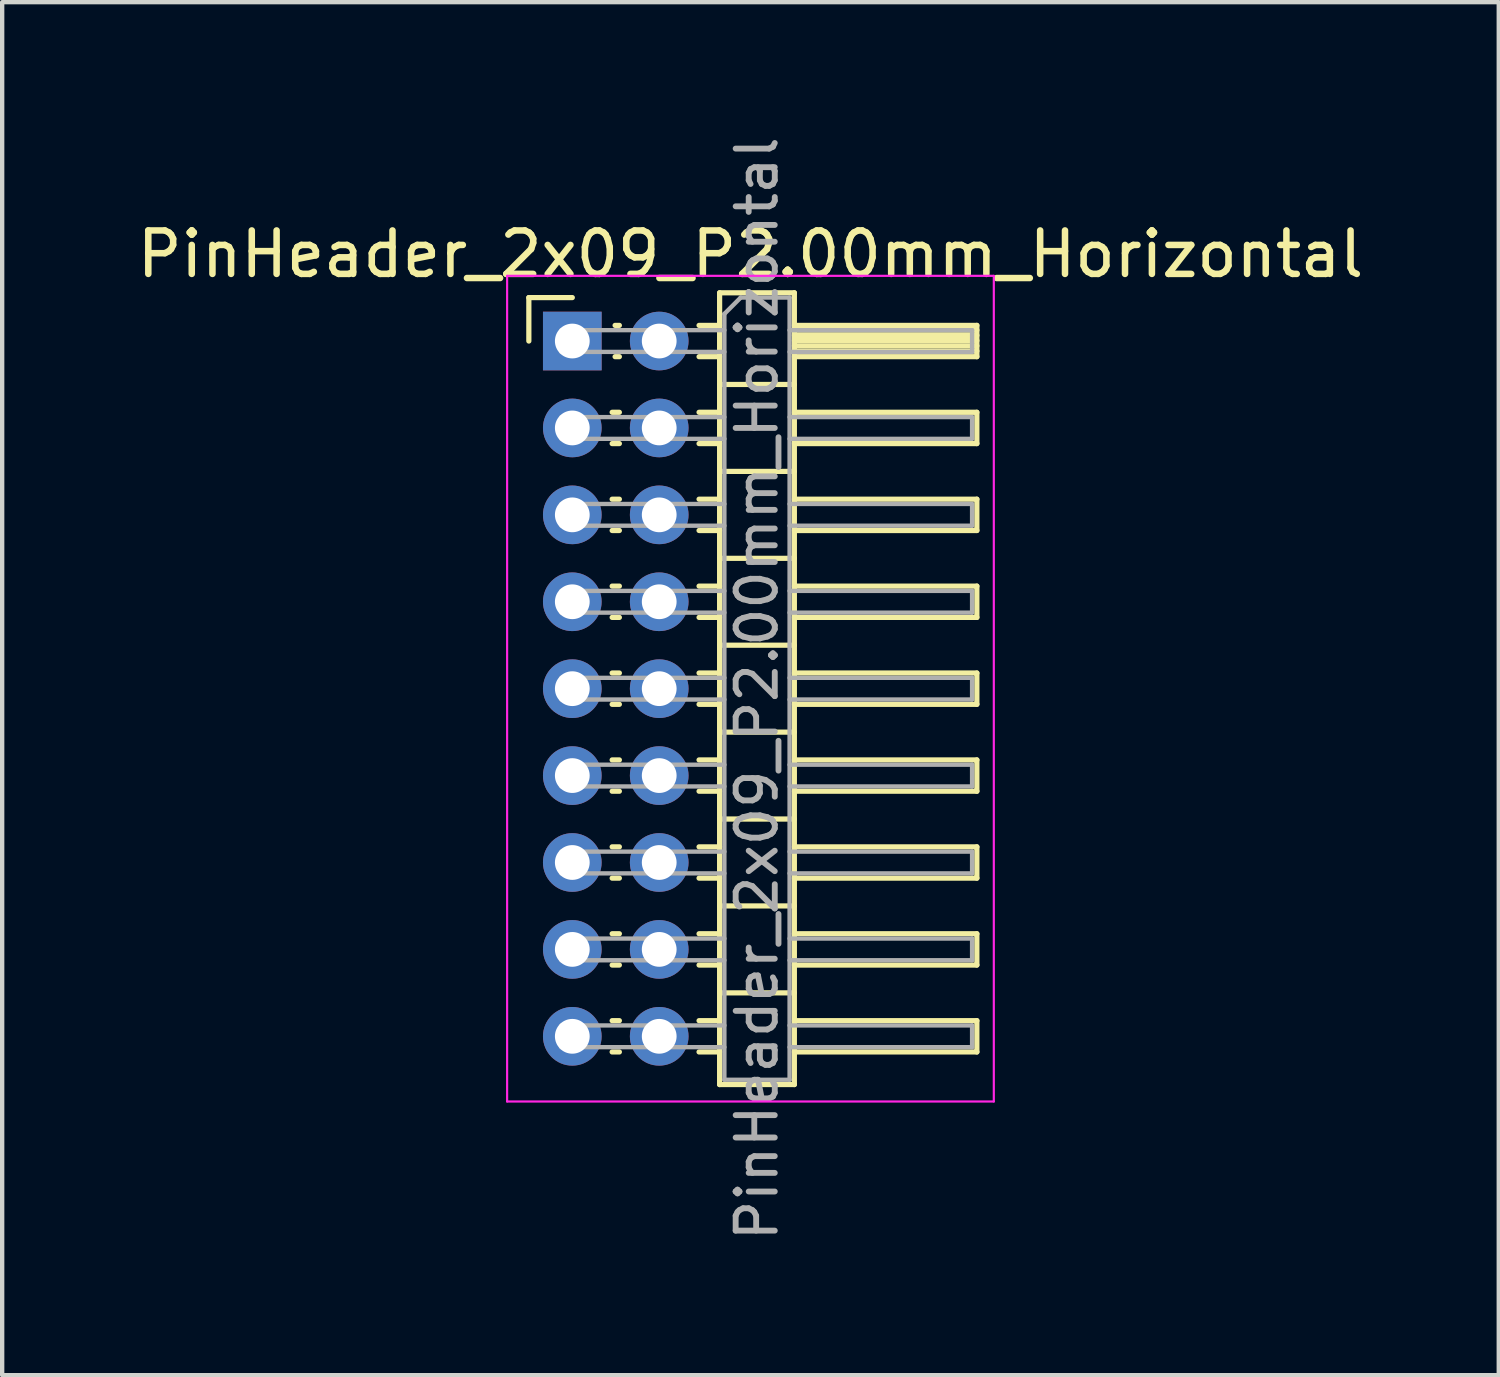
<source format=kicad_pcb>
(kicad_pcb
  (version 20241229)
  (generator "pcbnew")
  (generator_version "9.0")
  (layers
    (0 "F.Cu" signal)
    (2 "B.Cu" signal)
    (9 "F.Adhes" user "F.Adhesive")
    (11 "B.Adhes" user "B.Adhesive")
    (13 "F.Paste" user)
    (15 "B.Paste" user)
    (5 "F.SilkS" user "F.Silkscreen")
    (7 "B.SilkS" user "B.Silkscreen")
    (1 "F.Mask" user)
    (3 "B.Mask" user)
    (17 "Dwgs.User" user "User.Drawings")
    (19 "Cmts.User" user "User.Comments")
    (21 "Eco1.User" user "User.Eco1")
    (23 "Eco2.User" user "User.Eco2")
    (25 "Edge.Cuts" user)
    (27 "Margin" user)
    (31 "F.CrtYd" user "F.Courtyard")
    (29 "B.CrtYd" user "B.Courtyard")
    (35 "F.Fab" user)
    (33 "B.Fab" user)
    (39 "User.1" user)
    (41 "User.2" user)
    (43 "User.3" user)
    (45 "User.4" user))
  (footprint "PinHeader_2x09_P2.00mm_Horizontal"
    (layer "F.Cu")
    (at 10.12 4.798)
    (property "Reference" "PinHeader_2x09_P2.00mm_Horizontal" (at 4.1 -2 0) (layer "F.SilkS") (effects (font (size 1 1) (thickness 0.15))))
    (attr through_hole)
    (fp_line (start -1 -1) (end 0 -1) (stroke (width 0.12) (type solid)) (layer "F.SilkS"))
    (fp_line (start -1 0) (end -1 -1) (stroke (width 0.12) (type solid)) (layer "F.SilkS"))
    (fp_line (start 0.917 1.64) (end 1.083 1.64) (stroke (width 0.12) (type solid)) (layer "F.SilkS"))
    (fp_line (start 0.917 2.36) (end 1.083 2.36) (stroke (width 0.12) (type solid)) (layer "F.SilkS"))
    (fp_line (start 0.917 3.64) (end 1.083 3.64) (stroke (width 0.12) (type solid)) (layer "F.SilkS"))
    (fp_line (start 0.917 4.36) (end 1.083 4.36) (stroke (width 0.12) (type solid)) (layer "F.SilkS"))
    (fp_line (start 0.917 5.64) (end 1.083 5.64) (stroke (width 0.12) (type solid)) (layer "F.SilkS"))
    (fp_line (start 0.917 6.36) (end 1.083 6.36) (stroke (width 0.12) (type solid)) (layer "F.SilkS"))
    (fp_line (start 0.917 7.64) (end 1.083 7.64) (stroke (width 0.12) (type solid)) (layer "F.SilkS"))
    (fp_line (start 0.917 8.36) (end 1.083 8.36) (stroke (width 0.12) (type solid)) (layer "F.SilkS"))
    (fp_line (start 0.917 9.64) (end 1.083 9.64) (stroke (width 0.12) (type solid)) (layer "F.SilkS"))
    (fp_line (start 0.917 10.36) (end 1.083 10.36) (stroke (width 0.12) (type solid)) (layer "F.SilkS"))
    (fp_line (start 0.917 11.64) (end 1.083 11.64) (stroke (width 0.12) (type solid)) (layer "F.SilkS"))
    (fp_line (start 0.917 12.36) (end 1.083 12.36) (stroke (width 0.12) (type solid)) (layer "F.SilkS"))
    (fp_line (start 0.917 13.64) (end 1.083 13.64) (stroke (width 0.12) (type solid)) (layer "F.SilkS"))
    (fp_line (start 0.917 14.36) (end 1.083 14.36) (stroke (width 0.12) (type solid)) (layer "F.SilkS"))
    (fp_line (start 0.917 15.64) (end 1.083 15.64) (stroke (width 0.12) (type solid)) (layer "F.SilkS"))
    (fp_line (start 0.917 16.36) (end 1.083 16.36) (stroke (width 0.12) (type solid)) (layer "F.SilkS"))
    (fp_line (start 0.985 -0.36) (end 1.083 -0.36) (stroke (width 0.12) (type solid)) (layer "F.SilkS"))
    (fp_line (start 0.985 0.36) (end 1.083 0.36) (stroke (width 0.12) (type solid)) (layer "F.SilkS"))
    (fp_line (start 2.917 -0.36) (end 3.39 -0.36) (stroke (width 0.12) (type solid)) (layer "F.SilkS"))
    (fp_line (start 2.917 0.36) (end 3.39 0.36) (stroke (width 0.12) (type solid)) (layer "F.SilkS"))
    (fp_line (start 2.917 1.64) (end 3.39 1.64) (stroke (width 0.12) (type solid)) (layer "F.SilkS"))
    (fp_line (start 2.917 2.36) (end 3.39 2.36) (stroke (width 0.12) (type solid)) (layer "F.SilkS"))
    (fp_line (start 2.917 3.64) (end 3.39 3.64) (stroke (width 0.12) (type solid)) (layer "F.SilkS"))
    (fp_line (start 2.917 4.36) (end 3.39 4.36) (stroke (width 0.12) (type solid)) (layer "F.SilkS"))
    (fp_line (start 2.917 5.64) (end 3.39 5.64) (stroke (width 0.12) (type solid)) (layer "F.SilkS"))
    (fp_line (start 2.917 6.36) (end 3.39 6.36) (stroke (width 0.12) (type solid)) (layer "F.SilkS"))
    (fp_line (start 2.917 7.64) (end 3.39 7.64) (stroke (width 0.12) (type solid)) (layer "F.SilkS"))
    (fp_line (start 2.917 8.36) (end 3.39 8.36) (stroke (width 0.12) (type solid)) (layer "F.SilkS"))
    (fp_line (start 2.917 9.64) (end 3.39 9.64) (stroke (width 0.12) (type solid)) (layer "F.SilkS"))
    (fp_line (start 2.917 10.36) (end 3.39 10.36) (stroke (width 0.12) (type solid)) (layer "F.SilkS"))
    (fp_line (start 2.917 11.64) (end 3.39 11.64) (stroke (width 0.12) (type solid)) (layer "F.SilkS"))
    (fp_line (start 2.917 12.36) (end 3.39 12.36) (stroke (width 0.12) (type solid)) (layer "F.SilkS"))
    (fp_line (start 2.917 13.64) (end 3.39 13.64) (stroke (width 0.12) (type solid)) (layer "F.SilkS"))
    (fp_line (start 2.917 14.36) (end 3.39 14.36) (stroke (width 0.12) (type solid)) (layer "F.SilkS"))
    (fp_line (start 2.917 15.64) (end 3.39 15.64) (stroke (width 0.12) (type solid)) (layer "F.SilkS"))
    (fp_line (start 2.917 16.36) (end 3.39 16.36) (stroke (width 0.12) (type solid)) (layer "F.SilkS"))
    (fp_line (start 3.39 -1.11) (end 3.39 17.11) (stroke (width 0.12) (type solid)) (layer "F.SilkS"))
    (fp_line (start 3.39 1) (end 5.11 1) (stroke (width 0.12) (type solid)) (layer "F.SilkS"))
    (fp_line (start 3.39 3) (end 5.11 3) (stroke (width 0.12) (type solid)) (layer "F.SilkS"))
    (fp_line (start 3.39 5) (end 5.11 5) (stroke (width 0.12) (type solid)) (layer "F.SilkS"))
    (fp_line (start 3.39 7) (end 5.11 7) (stroke (width 0.12) (type solid)) (layer "F.SilkS"))
    (fp_line (start 3.39 9) (end 5.11 9) (stroke (width 0.12) (type solid)) (layer "F.SilkS"))
    (fp_line (start 3.39 11) (end 5.11 11) (stroke (width 0.12) (type solid)) (layer "F.SilkS"))
    (fp_line (start 3.39 13) (end 5.11 13) (stroke (width 0.12) (type solid)) (layer "F.SilkS"))
    (fp_line (start 3.39 15) (end 5.11 15) (stroke (width 0.12) (type solid)) (layer "F.SilkS"))
    (fp_line (start 3.39 17.11) (end 5.11 17.11) (stroke (width 0.12) (type solid)) (layer "F.SilkS"))
    (fp_line (start 5.11 -1.11) (end 3.39 -1.11) (stroke (width 0.12) (type solid)) (layer "F.SilkS"))
    (fp_line (start 5.11 -0.36) (end 9.31 -0.36) (stroke (width 0.12) (type solid)) (layer "F.SilkS"))
    (fp_line (start 5.11 -0.25) (end 9.31 -0.25) (stroke (width 0.12) (type solid)) (layer "F.SilkS"))
    (fp_line (start 5.11 -0.13) (end 9.31 -0.13) (stroke (width 0.12) (type solid)) (layer "F.SilkS"))
    (fp_line (start 5.11 -0.01) (end 9.31 -0.01) (stroke (width 0.12) (type solid)) (layer "F.SilkS"))
    (fp_line (start 5.11 0.11) (end 9.31 0.11) (stroke (width 0.12) (type solid)) (layer "F.SilkS"))
    (fp_line (start 5.11 0.23) (end 9.31 0.23) (stroke (width 0.12) (type solid)) (layer "F.SilkS"))
    (fp_line (start 5.11 1.64) (end 9.31 1.64) (stroke (width 0.12) (type solid)) (layer "F.SilkS"))
    (fp_line (start 5.11 3.64) (end 9.31 3.64) (stroke (width 0.12) (type solid)) (layer "F.SilkS"))
    (fp_line (start 5.11 5.64) (end 9.31 5.64) (stroke (width 0.12) (type solid)) (layer "F.SilkS"))
    (fp_line (start 5.11 7.64) (end 9.31 7.64) (stroke (width 0.12) (type solid)) (layer "F.SilkS"))
    (fp_line (start 5.11 9.64) (end 9.31 9.64) (stroke (width 0.12) (type solid)) (layer "F.SilkS"))
    (fp_line (start 5.11 11.64) (end 9.31 11.64) (stroke (width 0.12) (type solid)) (layer "F.SilkS"))
    (fp_line (start 5.11 13.64) (end 9.31 13.64) (stroke (width 0.12) (type solid)) (layer "F.SilkS"))
    (fp_line (start 5.11 15.64) (end 9.31 15.64) (stroke (width 0.12) (type solid)) (layer "F.SilkS"))
    (fp_line (start 5.11 17.11) (end 5.11 -1.11) (stroke (width 0.12) (type solid)) (layer "F.SilkS"))
    (fp_line (start 9.31 -0.36) (end 9.31 0.36) (stroke (width 0.12) (type solid)) (layer "F.SilkS"))
    (fp_line (start 9.31 0.36) (end 5.11 0.36) (stroke (width 0.12) (type solid)) (layer "F.SilkS"))
    (fp_line (start 9.31 1.64) (end 9.31 2.36) (stroke (width 0.12) (type solid)) (layer "F.SilkS"))
    (fp_line (start 9.31 2.36) (end 5.11 2.36) (stroke (width 0.12) (type solid)) (layer "F.SilkS"))
    (fp_line (start 9.31 3.64) (end 9.31 4.36) (stroke (width 0.12) (type solid)) (layer "F.SilkS"))
    (fp_line (start 9.31 4.36) (end 5.11 4.36) (stroke (width 0.12) (type solid)) (layer "F.SilkS"))
    (fp_line (start 9.31 5.64) (end 9.31 6.36) (stroke (width 0.12) (type solid)) (layer "F.SilkS"))
    (fp_line (start 9.31 6.36) (end 5.11 6.36) (stroke (width 0.12) (type solid)) (layer "F.SilkS"))
    (fp_line (start 9.31 7.64) (end 9.31 8.36) (stroke (width 0.12) (type solid)) (layer "F.SilkS"))
    (fp_line (start 9.31 8.36) (end 5.11 8.36) (stroke (width 0.12) (type solid)) (layer "F.SilkS"))
    (fp_line (start 9.31 9.64) (end 9.31 10.36) (stroke (width 0.12) (type solid)) (layer "F.SilkS"))
    (fp_line (start 9.31 10.36) (end 5.11 10.36) (stroke (width 0.12) (type solid)) (layer "F.SilkS"))
    (fp_line (start 9.31 11.64) (end 9.31 12.36) (stroke (width 0.12) (type solid)) (layer "F.SilkS"))
    (fp_line (start 9.31 12.36) (end 5.11 12.36) (stroke (width 0.12) (type solid)) (layer "F.SilkS"))
    (fp_line (start 9.31 13.64) (end 9.31 14.36) (stroke (width 0.12) (type solid)) (layer "F.SilkS"))
    (fp_line (start 9.31 14.36) (end 5.11 14.36) (stroke (width 0.12) (type solid)) (layer "F.SilkS"))
    (fp_line (start 9.31 15.64) (end 9.31 16.36) (stroke (width 0.12) (type solid)) (layer "F.SilkS"))
    (fp_line (start 9.31 16.36) (end 5.11 16.36) (stroke (width 0.12) (type solid)) (layer "F.SilkS"))
    (fp_line (start -1.5 -1.5) (end -1.5 17.5) (stroke (width 0.05) (type solid)) (layer "F.CrtYd"))
    (fp_line (start -1.5 17.5) (end 9.7 17.5) (stroke (width 0.05) (type solid)) (layer "F.CrtYd"))
    (fp_line (start 9.7 -1.5) (end -1.5 -1.5) (stroke (width 0.05) (type solid)) (layer "F.CrtYd"))
    (fp_line (start 9.7 17.5) (end 9.7 -1.5) (stroke (width 0.05) (type solid)) (layer "F.CrtYd"))
    (fp_line (start -0.25 -0.25) (end -0.25 0.25) (stroke (width 0.1) (type solid)) (layer "F.Fab"))
    (fp_line (start -0.25 -0.25) (end 3.5 -0.25) (stroke (width 0.1) (type solid)) (layer "F.Fab"))
    (fp_line (start -0.25 0.25) (end 3.5 0.25) (stroke (width 0.1) (type solid)) (layer "F.Fab"))
    (fp_line (start -0.25 1.75) (end -0.25 2.25) (stroke (width 0.1) (type solid)) (layer "F.Fab"))
    (fp_line (start -0.25 1.75) (end 3.5 1.75) (stroke (width 0.1) (type solid)) (layer "F.Fab"))
    (fp_line (start -0.25 2.25) (end 3.5 2.25) (stroke (width 0.1) (type solid)) (layer "F.Fab"))
    (fp_line (start -0.25 3.75) (end -0.25 4.25) (stroke (width 0.1) (type solid)) (layer "F.Fab"))
    (fp_line (start -0.25 3.75) (end 3.5 3.75) (stroke (width 0.1) (type solid)) (layer "F.Fab"))
    (fp_line (start -0.25 4.25) (end 3.5 4.25) (stroke (width 0.1) (type solid)) (layer "F.Fab"))
    (fp_line (start -0.25 5.75) (end -0.25 6.25) (stroke (width 0.1) (type solid)) (layer "F.Fab"))
    (fp_line (start -0.25 5.75) (end 3.5 5.75) (stroke (width 0.1) (type solid)) (layer "F.Fab"))
    (fp_line (start -0.25 6.25) (end 3.5 6.25) (stroke (width 0.1) (type solid)) (layer "F.Fab"))
    (fp_line (start -0.25 7.75) (end -0.25 8.25) (stroke (width 0.1) (type solid)) (layer "F.Fab"))
    (fp_line (start -0.25 7.75) (end 3.5 7.75) (stroke (width 0.1) (type solid)) (layer "F.Fab"))
    (fp_line (start -0.25 8.25) (end 3.5 8.25) (stroke (width 0.1) (type solid)) (layer "F.Fab"))
    (fp_line (start -0.25 9.75) (end -0.25 10.25) (stroke (width 0.1) (type solid)) (layer "F.Fab"))
    (fp_line (start -0.25 9.75) (end 3.5 9.75) (stroke (width 0.1) (type solid)) (layer "F.Fab"))
    (fp_line (start -0.25 10.25) (end 3.5 10.25) (stroke (width 0.1) (type solid)) (layer "F.Fab"))
    (fp_line (start -0.25 11.75) (end -0.25 12.25) (stroke (width 0.1) (type solid)) (layer "F.Fab"))
    (fp_line (start -0.25 11.75) (end 3.5 11.75) (stroke (width 0.1) (type solid)) (layer "F.Fab"))
    (fp_line (start -0.25 12.25) (end 3.5 12.25) (stroke (width 0.1) (type solid)) (layer "F.Fab"))
    (fp_line (start -0.25 13.75) (end -0.25 14.25) (stroke (width 0.1) (type solid)) (layer "F.Fab"))
    (fp_line (start -0.25 13.75) (end 3.5 13.75) (stroke (width 0.1) (type solid)) (layer "F.Fab"))
    (fp_line (start -0.25 14.25) (end 3.5 14.25) (stroke (width 0.1) (type solid)) (layer "F.Fab"))
    (fp_line (start -0.25 15.75) (end -0.25 16.25) (stroke (width 0.1) (type solid)) (layer "F.Fab"))
    (fp_line (start -0.25 15.75) (end 3.5 15.75) (stroke (width 0.1) (type solid)) (layer "F.Fab"))
    (fp_line (start -0.25 16.25) (end 3.5 16.25) (stroke (width 0.1) (type solid)) (layer "F.Fab"))
    (fp_line (start 3.5 -0.625) (end 3.875 -1) (stroke (width 0.1) (type solid)) (layer "F.Fab"))
    (fp_line (start 3.5 17) (end 3.5 -0.625) (stroke (width 0.1) (type solid)) (layer "F.Fab"))
    (fp_line (start 3.875 -1) (end 5 -1) (stroke (width 0.1) (type solid)) (layer "F.Fab"))
    (fp_line (start 5 -1) (end 5 17) (stroke (width 0.1) (type solid)) (layer "F.Fab"))
    (fp_line (start 5 -0.25) (end 9.2 -0.25) (stroke (width 0.1) (type solid)) (layer "F.Fab"))
    (fp_line (start 5 0.25) (end 9.2 0.25) (stroke (width 0.1) (type solid)) (layer "F.Fab"))
    (fp_line (start 5 1.75) (end 9.2 1.75) (stroke (width 0.1) (type solid)) (layer "F.Fab"))
    (fp_line (start 5 2.25) (end 9.2 2.25) (stroke (width 0.1) (type solid)) (layer "F.Fab"))
    (fp_line (start 5 3.75) (end 9.2 3.75) (stroke (width 0.1) (type solid)) (layer "F.Fab"))
    (fp_line (start 5 4.25) (end 9.2 4.25) (stroke (width 0.1) (type solid)) (layer "F.Fab"))
    (fp_line (start 5 5.75) (end 9.2 5.75) (stroke (width 0.1) (type solid)) (layer "F.Fab"))
    (fp_line (start 5 6.25) (end 9.2 6.25) (stroke (width 0.1) (type solid)) (layer "F.Fab"))
    (fp_line (start 5 7.75) (end 9.2 7.75) (stroke (width 0.1) (type solid)) (layer "F.Fab"))
    (fp_line (start 5 8.25) (end 9.2 8.25) (stroke (width 0.1) (type solid)) (layer "F.Fab"))
    (fp_line (start 5 9.75) (end 9.2 9.75) (stroke (width 0.1) (type solid)) (layer "F.Fab"))
    (fp_line (start 5 10.25) (end 9.2 10.25) (stroke (width 0.1) (type solid)) (layer "F.Fab"))
    (fp_line (start 5 11.75) (end 9.2 11.75) (stroke (width 0.1) (type solid)) (layer "F.Fab"))
    (fp_line (start 5 12.25) (end 9.2 12.25) (stroke (width 0.1) (type solid)) (layer "F.Fab"))
    (fp_line (start 5 13.75) (end 9.2 13.75) (stroke (width 0.1) (type solid)) (layer "F.Fab"))
    (fp_line (start 5 14.25) (end 9.2 14.25) (stroke (width 0.1) (type solid)) (layer "F.Fab"))
    (fp_line (start 5 15.75) (end 9.2 15.75) (stroke (width 0.1) (type solid)) (layer "F.Fab"))
    (fp_line (start 5 16.25) (end 9.2 16.25) (stroke (width 0.1) (type solid)) (layer "F.Fab"))
    (fp_line (start 5 17) (end 3.5 17) (stroke (width 0.1) (type solid)) (layer "F.Fab"))
    (fp_line (start 9.2 -0.25) (end 9.2 0.25) (stroke (width 0.1) (type solid)) (layer "F.Fab"))
    (fp_line (start 9.2 1.75) (end 9.2 2.25) (stroke (width 0.1) (type solid)) (layer "F.Fab"))
    (fp_line (start 9.2 3.75) (end 9.2 4.25) (stroke (width 0.1) (type solid)) (layer "F.Fab"))
    (fp_line (start 9.2 5.75) (end 9.2 6.25) (stroke (width 0.1) (type solid)) (layer "F.Fab"))
    (fp_line (start 9.2 7.75) (end 9.2 8.25) (stroke (width 0.1) (type solid)) (layer "F.Fab"))
    (fp_line (start 9.2 9.75) (end 9.2 10.25) (stroke (width 0.1) (type solid)) (layer "F.Fab"))
    (fp_line (start 9.2 11.75) (end 9.2 12.25) (stroke (width 0.1) (type solid)) (layer "F.Fab"))
    (fp_line (start 9.2 13.75) (end 9.2 14.25) (stroke (width 0.1) (type solid)) (layer "F.Fab"))
    (fp_line (start 9.2 15.75) (end 9.2 16.25) (stroke (width 0.1) (type solid)) (layer "F.Fab"))
    (fp_text user "${REFERENCE}" (at 4.25 8 90) (layer "F.Fab") (effects (font (size 0.9 0.9) (thickness 0.135))))
    (pad "1" thru_hole rect (at 0 0) (size 1.35 1.35) (drill 0.8) (layers "*.Cu" "*.Mask"))
    (pad "2" thru_hole circle (at 2 0) (size 1.35 1.35) (drill 0.8) (layers "*.Cu" "*.Mask"))
    (pad "3" thru_hole circle (at 0 2) (size 1.35 1.35) (drill 0.8) (layers "*.Cu" "*.Mask"))
    (pad "4" thru_hole circle (at 2 2) (size 1.35 1.35) (drill 0.8) (layers "*.Cu" "*.Mask"))
    (pad "5" thru_hole circle (at 0 4) (size 1.35 1.35) (drill 0.8) (layers "*.Cu" "*.Mask"))
    (pad "6" thru_hole circle (at 2 4) (size 1.35 1.35) (drill 0.8) (layers "*.Cu" "*.Mask"))
    (pad "7" thru_hole circle (at 0 6) (size 1.35 1.35) (drill 0.8) (layers "*.Cu" "*.Mask"))
    (pad "8" thru_hole circle (at 2 6) (size 1.35 1.35) (drill 0.8) (layers "*.Cu" "*.Mask"))
    (pad "9" thru_hole circle (at 0 8) (size 1.35 1.35) (drill 0.8) (layers "*.Cu" "*.Mask"))
    (pad "10" thru_hole circle (at 2 8) (size 1.35 1.35) (drill 0.8) (layers "*.Cu" "*.Mask"))
    (pad "11" thru_hole circle (at 0 10) (size 1.35 1.35) (drill 0.8) (layers "*.Cu" "*.Mask"))
    (pad "12" thru_hole circle (at 2 10) (size 1.35 1.35) (drill 0.8) (layers "*.Cu" "*.Mask"))
    (pad "13" thru_hole circle (at 0 12) (size 1.35 1.35) (drill 0.8) (layers "*.Cu" "*.Mask"))
    (pad "14" thru_hole circle (at 2 12) (size 1.35 1.35) (drill 0.8) (layers "*.Cu" "*.Mask"))
    (pad "15" thru_hole circle (at 0 14) (size 1.35 1.35) (drill 0.8) (layers "*.Cu" "*.Mask"))
    (pad "16" thru_hole circle (at 2 14) (size 1.35 1.35) (drill 0.8) (layers "*.Cu" "*.Mask"))
    (pad "17" thru_hole circle (at 0 16) (size 1.35 1.35) (drill 0.8) (layers "*.Cu" "*.Mask"))
    (pad "18" thru_hole circle (at 2 16) (size 1.35 1.35) (drill 0.8) (layers "*.Cu" "*.Mask")))
  (gr_rect
    (start -3 -3)
    (end 31.44 28.596)
    (stroke (width 0.1) (type default))
    (fill no)
    (layer "Edge.Cuts")))
</source>
